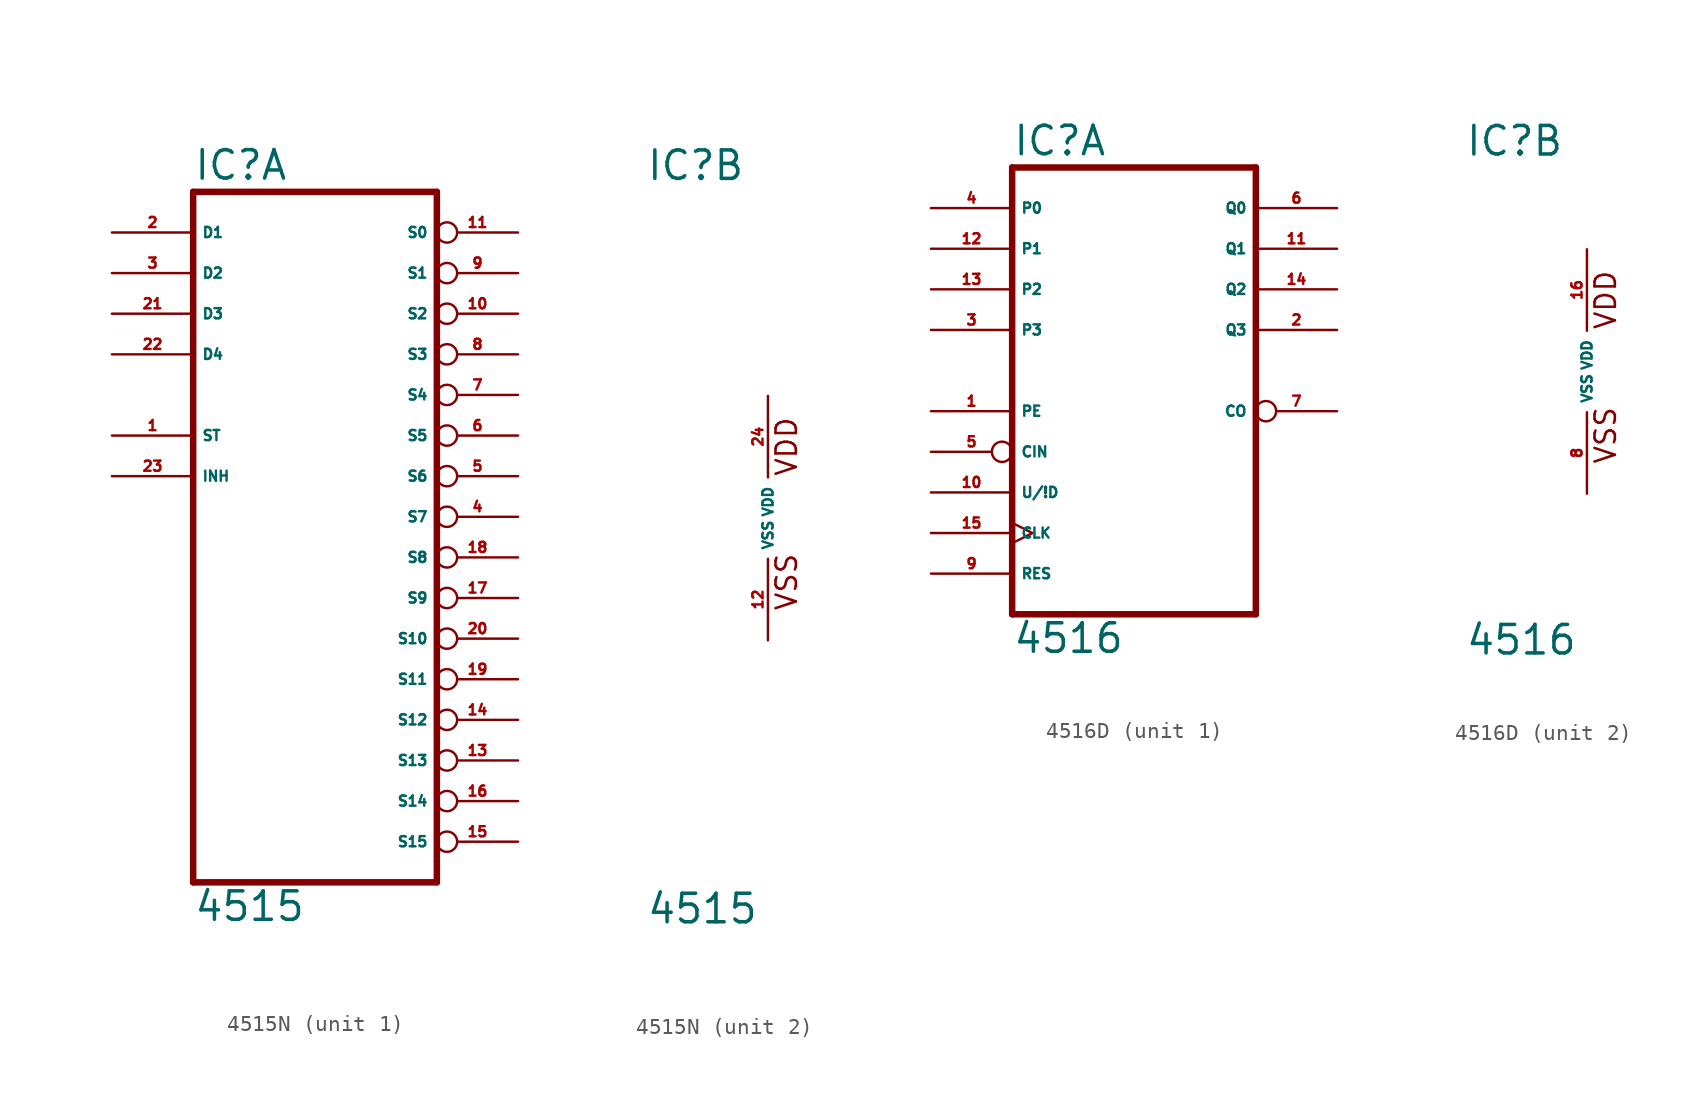
<source format=kicad_sym>
(kicad_symbol_lib
  (version 20220914)
  (generator Eagle2Kicad)
  (symbol "4515N"
    (property "Reference" "IC"
      (at -7.62 20.955 0)
      (effects (font (size 1.778 1.778) (thickness 0.22)) (justify left bottom)))
    (property "Value" "4515"
      (at -7.62 -25.4 0)
      (effects (font (size 1.778 1.778) (thickness 0.22)) (justify left bottom)))
    (symbol "4515N_1_0"
      (polyline (pts (xy -7.62 -22.86) (xy 7.62 -22.86)) (stroke (width 0.406) (type default)) (fill (type none)))
      (polyline (pts (xy 7.62 -22.86) (xy 7.62 20.32)) (stroke (width 0.406) (type default)) (fill (type none)))
      (polyline (pts (xy 7.62 20.32) (xy -7.62 20.32)) (stroke (width 0.406) (type default)) (fill (type none)))
      (polyline (pts (xy -7.62 20.32) (xy -7.62 -22.86)) (stroke (width 0.406) (type default)) (fill (type none)))
      (pin input line (at -12.7 5.08 0) (length 5.08) (name "ST" (effects (font (size 0.635 0.635) (thickness 0.08)) (justify left bottom))) (number "1" (effects (font (size 0.635 0.635) (thickness 0.08)) (justify left bottom))))
      (pin input line (at -12.7 17.78 0) (length 5.08) (name "D1" (effects (font (size 0.635 0.635) (thickness 0.08)) (justify left bottom))) (number "2" (effects (font (size 0.635 0.635) (thickness 0.08)) (justify left bottom))))
      (pin input line (at -12.7 15.24 0) (length 5.08) (name "D2" (effects (font (size 0.635 0.635) (thickness 0.08)) (justify left bottom))) (number "3" (effects (font (size 0.635 0.635) (thickness 0.08)) (justify left bottom))))
      (pin output inverted (at 12.7 0 180) (length 5.08) (name "S7" (effects (font (size 0.635 0.635) (thickness 0.08)) (justify left bottom))) (number "4" (effects (font (size 0.635 0.635) (thickness 0.08)) (justify left bottom))))
      (pin output inverted (at 12.7 2.54 180) (length 5.08) (name "S6" (effects (font (size 0.635 0.635) (thickness 0.08)) (justify left bottom))) (number "5" (effects (font (size 0.635 0.635) (thickness 0.08)) (justify left bottom))))
      (pin output inverted (at 12.7 5.08 180) (length 5.08) (name "S5" (effects (font (size 0.635 0.635) (thickness 0.08)) (justify left bottom))) (number "6" (effects (font (size 0.635 0.635) (thickness 0.08)) (justify left bottom))))
      (pin output inverted (at 12.7 7.62 180) (length 5.08) (name "S4" (effects (font (size 0.635 0.635) (thickness 0.08)) (justify left bottom))) (number "7" (effects (font (size 0.635 0.635) (thickness 0.08)) (justify left bottom))))
      (pin output inverted (at 12.7 10.16 180) (length 5.08) (name "S3" (effects (font (size 0.635 0.635) (thickness 0.08)) (justify left bottom))) (number "8" (effects (font (size 0.635 0.635) (thickness 0.08)) (justify left bottom))))
      (pin output inverted (at 12.7 15.24 180) (length 5.08) (name "S1" (effects (font (size 0.635 0.635) (thickness 0.08)) (justify left bottom))) (number "9" (effects (font (size 0.635 0.635) (thickness 0.08)) (justify left bottom))))
      (pin output inverted (at 12.7 12.7 180) (length 5.08) (name "S2" (effects (font (size 0.635 0.635) (thickness 0.08)) (justify left bottom))) (number "10" (effects (font (size 0.635 0.635) (thickness 0.08)) (justify left bottom))))
      (pin output inverted (at 12.7 17.78 180) (length 5.08) (name "S0" (effects (font (size 0.635 0.635) (thickness 0.08)) (justify left bottom))) (number "11" (effects (font (size 0.635 0.635) (thickness 0.08)) (justify left bottom))))
      (pin output inverted (at 12.7 -15.24 180) (length 5.08) (name "S13" (effects (font (size 0.635 0.635) (thickness 0.08)) (justify left bottom))) (number "13" (effects (font (size 0.635 0.635) (thickness 0.08)) (justify left bottom))))
      (pin output inverted (at 12.7 -12.7 180) (length 5.08) (name "S12" (effects (font (size 0.635 0.635) (thickness 0.08)) (justify left bottom))) (number "14" (effects (font (size 0.635 0.635) (thickness 0.08)) (justify left bottom))))
      (pin output inverted (at 12.7 -20.32 180) (length 5.08) (name "S15" (effects (font (size 0.635 0.635) (thickness 0.08)) (justify left bottom))) (number "15" (effects (font (size 0.635 0.635) (thickness 0.08)) (justify left bottom))))
      (pin output inverted (at 12.7 -17.78 180) (length 5.08) (name "S14" (effects (font (size 0.635 0.635) (thickness 0.08)) (justify left bottom))) (number "16" (effects (font (size 0.635 0.635) (thickness 0.08)) (justify left bottom))))
      (pin output inverted (at 12.7 -5.08 180) (length 5.08) (name "S9" (effects (font (size 0.635 0.635) (thickness 0.08)) (justify left bottom))) (number "17" (effects (font (size 0.635 0.635) (thickness 0.08)) (justify left bottom))))
      (pin output inverted (at 12.7 -2.54 180) (length 5.08) (name "S8" (effects (font (size 0.635 0.635) (thickness 0.08)) (justify left bottom))) (number "18" (effects (font (size 0.635 0.635) (thickness 0.08)) (justify left bottom))))
      (pin output inverted (at 12.7 -10.16 180) (length 5.08) (name "S11" (effects (font (size 0.635 0.635) (thickness 0.08)) (justify left bottom))) (number "19" (effects (font (size 0.635 0.635) (thickness 0.08)) (justify left bottom))))
      (pin output inverted (at 12.7 -7.62 180) (length 5.08) (name "S10" (effects (font (size 0.635 0.635) (thickness 0.08)) (justify left bottom))) (number "20" (effects (font (size 0.635 0.635) (thickness 0.08)) (justify left bottom))))
      (pin input line (at -12.7 12.7 0) (length 5.08) (name "D3" (effects (font (size 0.635 0.635) (thickness 0.08)) (justify left bottom))) (number "21" (effects (font (size 0.635 0.635) (thickness 0.08)) (justify left bottom))))
      (pin input line (at -12.7 10.16 0) (length 5.08) (name "D4" (effects (font (size 0.635 0.635) (thickness 0.08)) (justify left bottom))) (number "22" (effects (font (size 0.635 0.635) (thickness 0.08)) (justify left bottom))))
      (pin input line (at -12.7 2.54 0) (length 5.08) (name "INH" (effects (font (size 0.635 0.635) (thickness 0.08)) (justify left bottom))) (number "23" (effects (font (size 0.635 0.635) (thickness 0.08)) (justify left bottom)))))
    (symbol "4515N_2_0"
      (text "VDD" (at 1.905 2.54 900) (effects (font (size 1.27 1.27) (thickness 0.16)) (justify left bottom)))
      (text "VSS" (at 1.905 -5.842 900) (effects (font (size 1.27 1.27) (thickness 0.16)) (justify left bottom)))
      (pin unspecified line (at 0 -7.62 90) (length 5.08) (name "VSS" (effects (font (size 0.635 0.635) (thickness 0.08)) (justify left bottom))) (number "12" (effects (font (size 0.635 0.635) (thickness 0.08)) (justify left bottom))))
      (pin unspecified line (at 0 7.62 270) (length 5.08) (name "VDD" (effects (font (size 0.635 0.635) (thickness 0.08)) (justify left bottom))) (number "24" (effects (font (size 0.635 0.635) (thickness 0.08)) (justify left bottom))))))
  (symbol "4516D"
    (property "Reference" "IC"
      (at -7.62 13.335 0)
      (effects (font (size 1.778 1.778) (thickness 0.22)) (justify left bottom)))
    (property "Value" "4516"
      (at -7.62 -17.78 0)
      (effects (font (size 1.778 1.778) (thickness 0.22)) (justify left bottom)))
    (symbol "4516D_1_0"
      (polyline (pts (xy -7.62 -15.24) (xy 7.62 -15.24)) (stroke (width 0.406) (type default)) (fill (type none)))
      (polyline (pts (xy 7.62 -15.24) (xy 7.62 12.7)) (stroke (width 0.406) (type default)) (fill (type none)))
      (polyline (pts (xy 7.62 12.7) (xy -7.62 12.7)) (stroke (width 0.406) (type default)) (fill (type none)))
      (polyline (pts (xy -7.62 12.7) (xy -7.62 -15.24)) (stroke (width 0.406) (type default)) (fill (type none)))
      (pin input line (at -12.7 -2.54 0) (length 5.08) (name "PE" (effects (font (size 0.635 0.635) (thickness 0.08)) (justify left bottom))) (number "1" (effects (font (size 0.635 0.635) (thickness 0.08)) (justify left bottom))))
      (pin output line (at 12.7 2.54 180) (length 5.08) (name "Q3" (effects (font (size 0.635 0.635) (thickness 0.08)) (justify left bottom))) (number "2" (effects (font (size 0.635 0.635) (thickness 0.08)) (justify left bottom))))
      (pin input line (at -12.7 2.54 0) (length 5.08) (name "P3" (effects (font (size 0.635 0.635) (thickness 0.08)) (justify left bottom))) (number "3" (effects (font (size 0.635 0.635) (thickness 0.08)) (justify left bottom))))
      (pin input line (at -12.7 10.16 0) (length 5.08) (name "P0" (effects (font (size 0.635 0.635) (thickness 0.08)) (justify left bottom))) (number "4" (effects (font (size 0.635 0.635) (thickness 0.08)) (justify left bottom))))
      (pin input inverted (at -12.7 -5.08 0) (length 5.08) (name "CIN" (effects (font (size 0.635 0.635) (thickness 0.08)) (justify left bottom))) (number "5" (effects (font (size 0.635 0.635) (thickness 0.08)) (justify left bottom))))
      (pin output line (at 12.7 10.16 180) (length 5.08) (name "Q0" (effects (font (size 0.635 0.635) (thickness 0.08)) (justify left bottom))) (number "6" (effects (font (size 0.635 0.635) (thickness 0.08)) (justify left bottom))))
      (pin output inverted (at 12.7 -2.54 180) (length 5.08) (name "CO" (effects (font (size 0.635 0.635) (thickness 0.08)) (justify left bottom))) (number "7" (effects (font (size 0.635 0.635) (thickness 0.08)) (justify left bottom))))
      (pin input line (at -12.7 -12.7 0) (length 5.08) (name "RES" (effects (font (size 0.635 0.635) (thickness 0.08)) (justify left bottom))) (number "9" (effects (font (size 0.635 0.635) (thickness 0.08)) (justify left bottom))))
      (pin input line (at -12.7 -7.62 0) (length 5.08) (name "U/!D" (effects (font (size 0.635 0.635) (thickness 0.08)) (justify left bottom))) (number "10" (effects (font (size 0.635 0.635) (thickness 0.08)) (justify left bottom))))
      (pin output line (at 12.7 7.62 180) (length 5.08) (name "Q1" (effects (font (size 0.635 0.635) (thickness 0.08)) (justify left bottom))) (number "11" (effects (font (size 0.635 0.635) (thickness 0.08)) (justify left bottom))))
      (pin input line (at -12.7 7.62 0) (length 5.08) (name "P1" (effects (font (size 0.635 0.635) (thickness 0.08)) (justify left bottom))) (number "12" (effects (font (size 0.635 0.635) (thickness 0.08)) (justify left bottom))))
      (pin input line (at -12.7 5.08 0) (length 5.08) (name "P2" (effects (font (size 0.635 0.635) (thickness 0.08)) (justify left bottom))) (number "13" (effects (font (size 0.635 0.635) (thickness 0.08)) (justify left bottom))))
      (pin output line (at 12.7 5.08 180) (length 5.08) (name "Q2" (effects (font (size 0.635 0.635) (thickness 0.08)) (justify left bottom))) (number "14" (effects (font (size 0.635 0.635) (thickness 0.08)) (justify left bottom))))
      (pin input clock (at -12.7 -10.16 0) (length 5.08) (name "CLK" (effects (font (size 0.635 0.635) (thickness 0.08)) (justify left bottom))) (number "15" (effects (font (size 0.635 0.635) (thickness 0.08)) (justify left bottom)))))
    (symbol "4516D_2_0"
      (text "VDD" (at 1.905 2.54 900) (effects (font (size 1.27 1.27) (thickness 0.16)) (justify left bottom)))
      (text "VSS" (at 1.905 -5.842 900) (effects (font (size 1.27 1.27) (thickness 0.16)) (justify left bottom)))
      (pin unspecified line (at 0 -7.62 90) (length 5.08) (name "VSS" (effects (font (size 0.635 0.635) (thickness 0.08)) (justify left bottom))) (number "8" (effects (font (size 0.635 0.635) (thickness 0.08)) (justify left bottom))))
      (pin unspecified line (at 0 7.62 270) (length 5.08) (name "VDD" (effects (font (size 0.635 0.635) (thickness 0.08)) (justify left bottom))) (number "16" (effects (font (size 0.635 0.635) (thickness 0.08)) (justify left bottom)))))))
</source>
